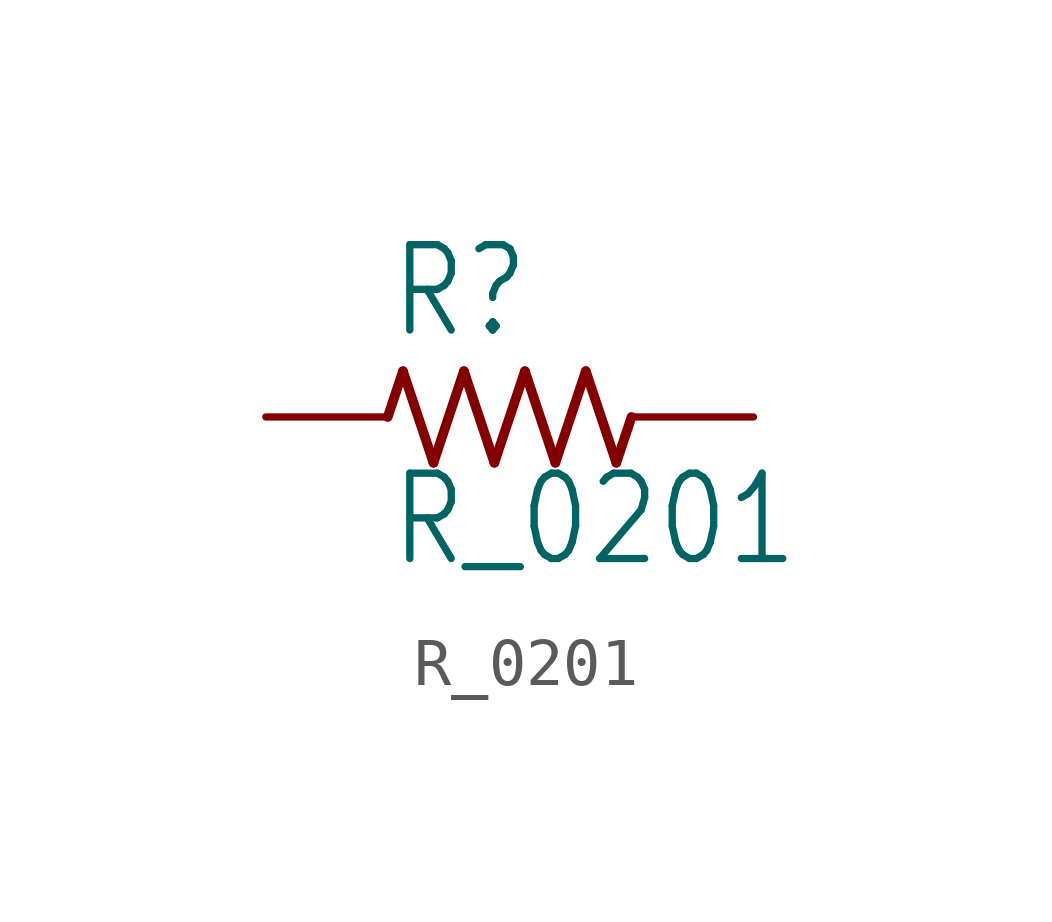
<source format=kicad_sym>
(kicad_symbol_lib
  (version 20220331)
  (generator kicad_symbol_editor)
  (symbol "R_0201"
    (property "Reference" "R"
      (at -2.54 1.587 0)
      (effects (font (size 1.778 1.511)) (justify left bottom)))
    (property "Value" "R_0201"
      (at -2.54 -3.175 0)
      (effects (font (size 1.778 1.511)) (justify left bottom)))
    (property "ki_locked" ""
      (at 0 0 0)
      (effects (font (size 1.27 1.27))))
    (symbol "R_0201_1_0"
      (polyline (pts (xy -2.54 0) (xy -2.223 0.953)) (stroke (width 0.203) (type solid)) (fill (type none)))
      (polyline (pts (xy -2.223 0.953) (xy -1.587 -0.953)) (stroke (width 0.203) (type solid)) (fill (type none)))
      (polyline (pts (xy -1.587 -0.953) (xy -0.953 0.953)) (stroke (width 0.203) (type solid)) (fill (type none)))
      (polyline (pts (xy -0.953 0.953) (xy -0.318 -0.953)) (stroke (width 0.203) (type solid)) (fill (type none)))
      (polyline (pts (xy -0.318 -0.953) (xy 0.318 0.953)) (stroke (width 0.203) (type solid)) (fill (type none)))
      (polyline (pts (xy 0.318 0.953) (xy 0.953 -0.953)) (stroke (width 0.203) (type solid)) (fill (type none)))
      (polyline (pts (xy 0.953 -0.953) (xy 1.587 0.953)) (stroke (width 0.203) (type solid)) (fill (type none)))
      (polyline (pts (xy 1.587 0.953) (xy 2.223 -0.953)) (stroke (width 0.203) (type solid)) (fill (type none)))
      (polyline (pts (xy 2.223 -0.953) (xy 2.54 0)) (stroke (width 0.203) (type solid)) (fill (type none)))
      (pin passive line (at -5.08 0 0) (length 2.54) (name "1" (effects (font (size 0 0)))) (number "1" (effects (font (size 0 0)))))
      (pin passive line (at 5.08 0 180) (length 2.54) (name "2" (effects (font (size 0 0)))) (number "2" (effects (font (size 0 0))))))))
</source>
